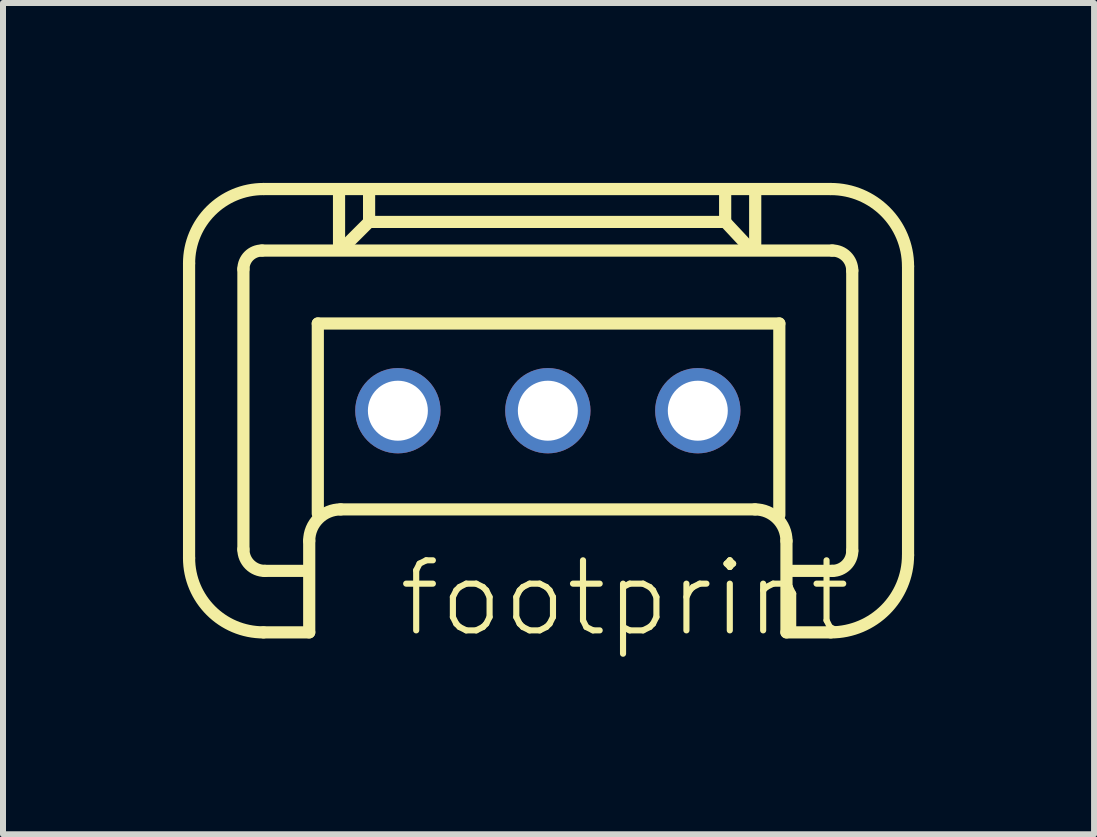
<source format=kicad_pcb>
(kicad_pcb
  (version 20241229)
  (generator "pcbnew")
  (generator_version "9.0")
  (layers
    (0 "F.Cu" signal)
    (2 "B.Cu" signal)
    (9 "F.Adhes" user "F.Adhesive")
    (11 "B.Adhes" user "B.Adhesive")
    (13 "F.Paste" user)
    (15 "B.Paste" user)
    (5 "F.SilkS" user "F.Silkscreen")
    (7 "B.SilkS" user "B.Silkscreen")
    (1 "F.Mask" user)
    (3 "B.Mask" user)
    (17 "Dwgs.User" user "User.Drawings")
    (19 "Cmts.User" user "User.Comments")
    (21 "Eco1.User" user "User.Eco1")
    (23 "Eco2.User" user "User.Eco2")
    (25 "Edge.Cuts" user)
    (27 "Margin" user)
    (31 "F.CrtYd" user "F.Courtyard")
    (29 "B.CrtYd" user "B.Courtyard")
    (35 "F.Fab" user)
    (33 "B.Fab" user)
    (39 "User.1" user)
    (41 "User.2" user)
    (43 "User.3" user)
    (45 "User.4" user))
  (footprint "footprint"
    (layer "F.Cu")
    (at 6.083 3.797)
    (property "Reference" "footprint" (at -2.54 3.81 0) (layer "F.SilkS") (effects (font (size 1.168 1.168) (thickness 0.102)) (justify left bottom)))
    (fp_line (start -5.981 2.456) (end -5.981 -2.456) (stroke (width 0.203) (type solid)) (layer "F.SilkS"))
    (fp_line (start -5.075 2.313) (end -5.075 -2.361) (stroke (width 0.203) (type solid)) (layer "F.SilkS"))
    (fp_line (start -4.765 -2.67) (end 4.741 -2.67) (stroke (width 0.203) (type solid)) (layer "F.SilkS"))
    (fp_line (start -4.741 -3.696) (end 4.717 -3.696) (stroke (width 0.203) (type solid)) (layer "F.SilkS"))
    (fp_line (start -4.002 2.67) (end -4.717 2.67) (stroke (width 0.203) (type solid)) (layer "F.SilkS"))
    (fp_line (start -3.978 2.17) (end -3.978 3.695) (stroke (width 0.203) (type solid)) (layer "F.SilkS"))
    (fp_line (start -3.978 3.695) (end -4.741 3.695) (stroke (width 0.203) (type solid)) (layer "F.SilkS"))
    (fp_line (start -3.835 -1.454) (end 3.859 -1.454) (stroke (width 0.203) (type solid)) (layer "F.SilkS"))
    (fp_line (start -3.835 1.716) (end -3.835 -1.454) (stroke (width 0.203) (type solid)) (layer "F.SilkS"))
    (fp_line (start -3.481 -3.648) (end -3.481 -2.742) (stroke (width 0.203) (type solid)) (layer "F.SilkS"))
    (fp_line (start -3.004 -3.123) (end -3.386 -2.742) (stroke (width 0.203) (type solid)) (layer "F.SilkS"))
    (fp_line (start -2.98 -3.147) (end -2.98 -3.624) (stroke (width 0.203) (type solid)) (layer "F.SilkS"))
    (fp_line (start 2.956 -3.672) (end 2.956 -3.147) (stroke (width 0.203) (type solid)) (layer "F.SilkS"))
    (fp_line (start 2.956 -3.147) (end -2.98 -3.147) (stroke (width 0.203) (type solid)) (layer "F.SilkS"))
    (fp_line (start 2.98 -3.123) (end 3.314 -2.766) (stroke (width 0.203) (type solid)) (layer "F.SilkS"))
    (fp_line (start 3.454 1.645) (end -3.454 1.645) (stroke (width 0.203) (type solid)) (layer "F.SilkS"))
    (fp_line (start 3.457 -3.624) (end 3.457 -2.742) (stroke (width 0.203) (type solid)) (layer "F.SilkS"))
    (fp_line (start 3.859 -1.454) (end 3.859 1.74) (stroke (width 0.203) (type solid)) (layer "F.SilkS"))
    (fp_line (start 3.978 3.695) (end 3.978 2.17) (stroke (width 0.203) (type solid)) (layer "F.SilkS"))
    (fp_line (start 4.717 3.695) (end 3.978 3.695) (stroke (width 0.203) (type solid)) (layer "F.SilkS"))
    (fp_line (start 4.741 2.67) (end 4.074 2.67) (stroke (width 0.203) (type solid)) (layer "F.SilkS"))
    (fp_line (start 5.075 -2.337) (end 5.075 2.336) (stroke (width 0.203) (type solid)) (layer "F.SilkS"))
    (fp_line (start 6.005 -2.408) (end 6.005 2.408) (stroke (width 0.203) (type solid)) (layer "F.SilkS"))
    (fp_arc (start -5.981 -2.4558) (mid -5.617871 -3.332471) (end -4.7412 -3.6956) (stroke (width 0.2032) (type solid)) (layer "F.SilkS"))
    (fp_arc (start -5.075 -2.3605) (mid -4.984232 -2.579632) (end -4.7651 -2.6704) (stroke (width 0.2032) (type solid)) (layer "F.SilkS"))
    (fp_arc (start -4.7412 3.6954) (mid -5.617871 3.332271) (end -5.981 2.4556) (stroke (width 0.2032) (type solid)) (layer "F.SilkS"))
    (fp_arc (start -4.7174 2.6702) (mid -4.970261 2.565461) (end -5.075 2.3126) (stroke (width 0.2032) (type solid)) (layer "F.SilkS"))
    (fp_arc (start -3.9783 2.1695) (mid -3.824678 1.798622) (end -3.4538 1.645) (stroke (width 0.2032) (type solid)) (layer "F.SilkS"))
    (fp_arc (start 3.4536 1.645) (mid 3.824478 1.798622) (end 3.9781 2.1695) (stroke (width 0.2032) (type solid)) (layer "F.SilkS"))
    (fp_arc (start 4.7172 -3.6956) (mid 5.6276 -3.3185) (end 6.0047 -2.4081) (stroke (width 0.2032) (type solid)) (layer "F.SilkS"))
    (fp_arc (start 4.7411 -2.6704) (mid 4.977132 -2.572632) (end 5.0749 -2.3366) (stroke (width 0.2032) (type solid)) (layer "F.SilkS"))
    (fp_arc (start 5.0749 2.3364) (mid 4.977132 2.572432) (end 4.7411 2.6702) (stroke (width 0.2032) (type solid)) (layer "F.SilkS"))
    (fp_arc (start 6.0047 2.4079) (mid 5.6276 3.3183) (end 4.7172 3.6954) (stroke (width 0.2032) (type solid)) (layer "F.SilkS"))
    (pad "1" thru_hole circle (at -2.5 0) (size 1.422 1.422) (drill 1) (layers "*.Cu" "*.Mask"))
    (pad "2" thru_hole circle (at 0 0) (size 1.422 1.422) (drill 1) (layers "*.Cu" "*.Mask"))
    (pad "3" thru_hole circle (at 2.5 0) (size 1.422 1.422) (drill 1) (layers "*.Cu" "*.Mask")))
  (gr_rect
    (start -3 -3)
    (end 15.189 10.858)
    (stroke (width 0.1) (type default))
    (fill no)
    (layer "Edge.Cuts")))
</source>
